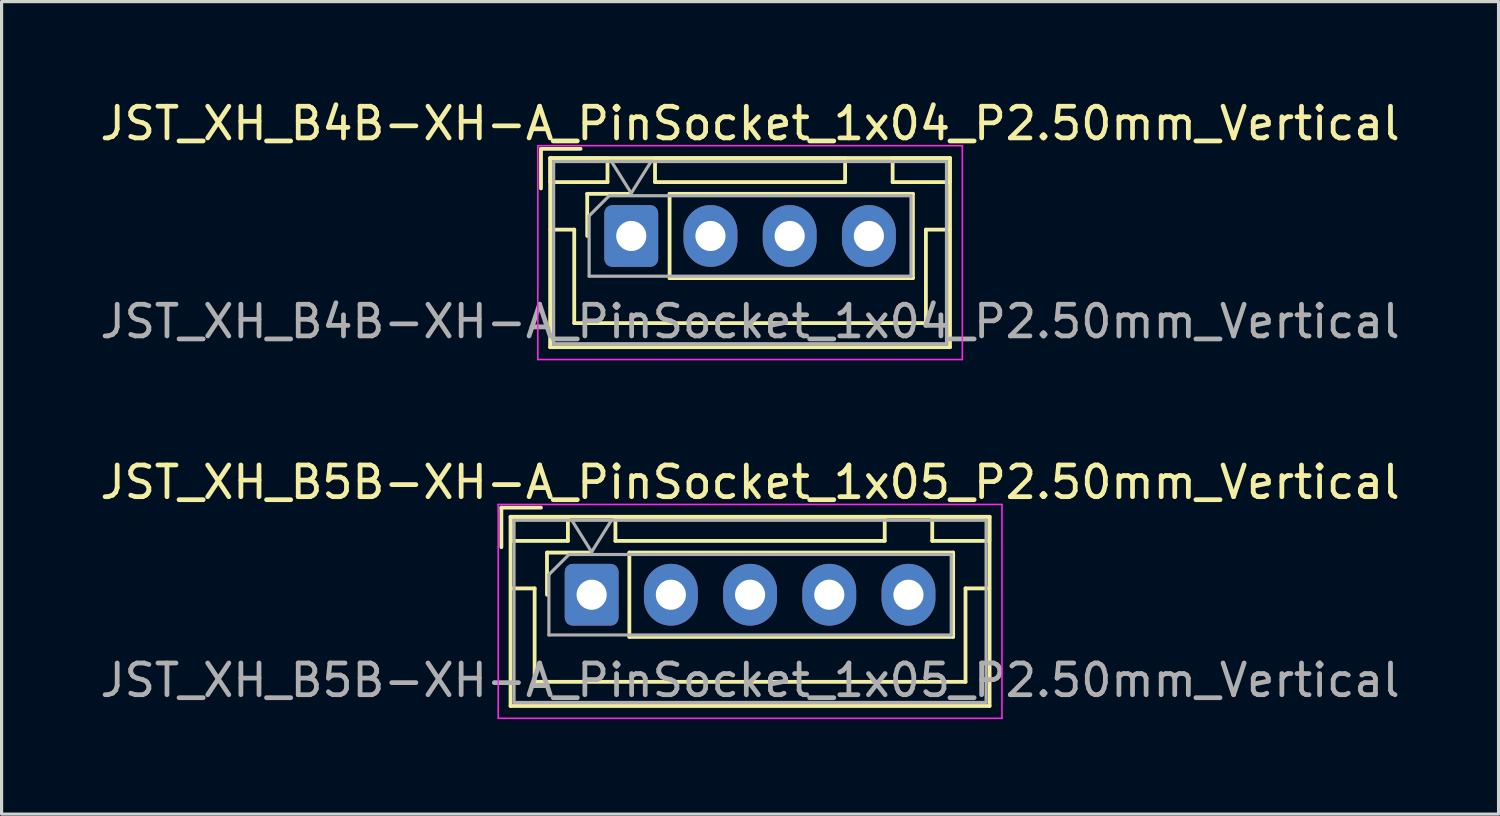
<source format=kicad_pcb>
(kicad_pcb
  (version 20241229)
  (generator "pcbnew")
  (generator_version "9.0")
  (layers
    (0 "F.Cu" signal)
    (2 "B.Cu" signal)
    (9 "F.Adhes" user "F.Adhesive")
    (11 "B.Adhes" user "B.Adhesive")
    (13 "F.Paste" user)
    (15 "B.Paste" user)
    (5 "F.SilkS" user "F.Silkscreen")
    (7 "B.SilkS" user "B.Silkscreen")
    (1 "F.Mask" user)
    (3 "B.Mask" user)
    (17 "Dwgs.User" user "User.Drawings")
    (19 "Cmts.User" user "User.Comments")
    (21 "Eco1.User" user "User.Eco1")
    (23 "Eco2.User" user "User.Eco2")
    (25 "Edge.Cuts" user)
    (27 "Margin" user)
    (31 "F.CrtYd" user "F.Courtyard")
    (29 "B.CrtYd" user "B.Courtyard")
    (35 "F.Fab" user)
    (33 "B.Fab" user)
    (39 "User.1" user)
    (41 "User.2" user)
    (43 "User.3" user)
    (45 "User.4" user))
  (footprint "JST_XH_B5B-XH-A_PinSocket_1x05_P2.50mm_Vertical"
    (layer "F.Cu")
    (at 15.625 15.722)
    (property "Reference" "JST_XH_B5B-XH-A_PinSocket_1x05_P2.50mm_Vertical" (at 5 -3.55 0) (layer "F.SilkS") (effects (font (size 1 1) (thickness 0.15))))
    (attr through_hole)
    (fp_line (start -2.85 -2.75) (end -2.85 -1.5) (stroke (width 0.12) (type solid)) (layer "F.SilkS"))
    (fp_line (start -2.56 -2.46) (end -2.56 3.51) (stroke (width 0.12) (type solid)) (layer "F.SilkS"))
    (fp_line (start -2.56 3.51) (end 12.56 3.51) (stroke (width 0.12) (type solid)) (layer "F.SilkS"))
    (fp_line (start -2.55 -2.45) (end -2.55 -1.7) (stroke (width 0.12) (type solid)) (layer "F.SilkS"))
    (fp_line (start -2.55 -1.7) (end -0.75 -1.7) (stroke (width 0.12) (type solid)) (layer "F.SilkS"))
    (fp_line (start -2.55 -0.2) (end -1.8 -0.2) (stroke (width 0.12) (type solid)) (layer "F.SilkS"))
    (fp_line (start -1.8 -0.2) (end -1.8 2.75) (stroke (width 0.12) (type solid)) (layer "F.SilkS"))
    (fp_line (start -1.8 2.75) (end 5 2.75) (stroke (width 0.12) (type solid)) (layer "F.SilkS"))
    (fp_line (start -1.6 -2.75) (end -2.85 -2.75) (stroke (width 0.12) (type solid)) (layer "F.SilkS"))
    (fp_line (start -1.41 -1.33) (end -0.08 -1.33) (stroke (width 0.12) (type solid)) (layer "F.SilkS"))
    (fp_line (start -1.41 0) (end -1.41 -1.33) (stroke (width 0.12) (type solid)) (layer "F.SilkS"))
    (fp_line (start -0.75 -2.45) (end -2.55 -2.45) (stroke (width 0.12) (type solid)) (layer "F.SilkS"))
    (fp_line (start -0.75 -1.7) (end -0.75 -2.45) (stroke (width 0.12) (type solid)) (layer "F.SilkS"))
    (fp_line (start 0.75 -2.45) (end 0.75 -1.7) (stroke (width 0.12) (type solid)) (layer "F.SilkS"))
    (fp_line (start 0.75 -1.7) (end 9.25 -1.7) (stroke (width 0.12) (type solid)) (layer "F.SilkS"))
    (fp_line (start 1.19 -1.33) (end 11.41 -1.33) (stroke (width 0.12) (type solid)) (layer "F.SilkS"))
    (fp_line (start 1.19 1.33) (end 1.19 -1.33) (stroke (width 0.12) (type solid)) (layer "F.SilkS"))
    (fp_line (start 1.19 1.33) (end 11.41 1.33) (stroke (width 0.12) (type solid)) (layer "F.SilkS"))
    (fp_line (start 9.25 -2.45) (end 0.75 -2.45) (stroke (width 0.12) (type solid)) (layer "F.SilkS"))
    (fp_line (start 9.25 -1.7) (end 9.25 -2.45) (stroke (width 0.12) (type solid)) (layer "F.SilkS"))
    (fp_line (start 10.75 -2.45) (end 10.75 -1.7) (stroke (width 0.12) (type solid)) (layer "F.SilkS"))
    (fp_line (start 10.75 -1.7) (end 12.55 -1.7) (stroke (width 0.12) (type solid)) (layer "F.SilkS"))
    (fp_line (start 11.41 1.33) (end 11.41 -1.33) (stroke (width 0.12) (type solid)) (layer "F.SilkS"))
    (fp_line (start 11.8 -0.2) (end 11.8 2.75) (stroke (width 0.12) (type solid)) (layer "F.SilkS"))
    (fp_line (start 11.8 2.75) (end 5 2.75) (stroke (width 0.12) (type solid)) (layer "F.SilkS"))
    (fp_line (start 12.55 -2.45) (end 10.75 -2.45) (stroke (width 0.12) (type solid)) (layer "F.SilkS"))
    (fp_line (start 12.55 -1.7) (end 12.55 -2.45) (stroke (width 0.12) (type solid)) (layer "F.SilkS"))
    (fp_line (start 12.55 -0.2) (end 11.8 -0.2) (stroke (width 0.12) (type solid)) (layer "F.SilkS"))
    (fp_line (start 12.56 -2.46) (end -2.56 -2.46) (stroke (width 0.12) (type solid)) (layer "F.SilkS"))
    (fp_line (start 12.56 3.51) (end 12.56 -2.46) (stroke (width 0.12) (type solid)) (layer "F.SilkS"))
    (fp_line (start -2.95 -2.85) (end -2.95 3.9) (stroke (width 0.05) (type solid)) (layer "F.CrtYd"))
    (fp_line (start -2.95 3.9) (end 12.95 3.9) (stroke (width 0.05) (type solid)) (layer "F.CrtYd"))
    (fp_line (start 12.95 -2.85) (end -2.95 -2.85) (stroke (width 0.05) (type solid)) (layer "F.CrtYd"))
    (fp_line (start 12.95 3.9) (end 12.95 -2.85) (stroke (width 0.05) (type solid)) (layer "F.CrtYd"))
    (fp_line (start -2.45 -2.35) (end -2.45 3.4) (stroke (width 0.1) (type solid)) (layer "F.Fab"))
    (fp_line (start -2.45 3.4) (end 12.45 3.4) (stroke (width 0.1) (type solid)) (layer "F.Fab"))
    (fp_line (start -1.35 -0.635) (end -0.715 -1.27) (stroke (width 0.1) (type solid)) (layer "F.Fab"))
    (fp_line (start -1.35 1.27) (end -1.35 -0.635) (stroke (width 0.1) (type solid)) (layer "F.Fab"))
    (fp_line (start -0.715 -1.27) (end 11.35 -1.27) (stroke (width 0.1) (type solid)) (layer "F.Fab"))
    (fp_line (start -0.625 -2.35) (end 0 -1.35) (stroke (width 0.1) (type solid)) (layer "F.Fab"))
    (fp_line (start 0 -1.35) (end 0.625 -2.35) (stroke (width 0.1) (type solid)) (layer "F.Fab"))
    (fp_line (start 11.35 -1.27) (end 11.35 1.27) (stroke (width 0.1) (type solid)) (layer "F.Fab"))
    (fp_line (start 11.35 1.27) (end -1.35 1.27) (stroke (width 0.1) (type solid)) (layer "F.Fab"))
    (fp_line (start 12.45 -2.35) (end -2.45 -2.35) (stroke (width 0.1) (type solid)) (layer "F.Fab"))
    (fp_line (start 12.45 3.4) (end 12.45 -2.35) (stroke (width 0.1) (type solid)) (layer "F.Fab"))
    (fp_text user "${REFERENCE}" (at 5 2.7 0) (layer "F.Fab") (effects (font (size 1 1) (thickness 0.15))))
    (pad "1" thru_hole roundrect (at 0 0) (size 1.7 1.95) (drill 0.95) (layers "*.Cu" "*.Mask") (roundrect_rratio 0.147))
    (pad "2" thru_hole oval (at 2.5 0) (size 1.7 1.95) (drill 0.95) (layers "*.Cu" "*.Mask"))
    (pad "3" thru_hole oval (at 5 0) (size 1.7 1.95) (drill 0.95) (layers "*.Cu" "*.Mask"))
    (pad "4" thru_hole oval (at 7.5 0) (size 1.7 1.95) (drill 0.95) (layers "*.Cu" "*.Mask"))
    (pad "5" thru_hole oval (at 10 0) (size 1.7 1.95) (drill 0.95) (layers "*.Cu" "*.Mask")))
  (footprint "JST_XH_B4B-XH-A_PinSocket_1x04_P2.50mm_Vertical"
    (layer "F.Cu")
    (at 16.875 4.398)
    (property "Reference" "JST_XH_B4B-XH-A_PinSocket_1x04_P2.50mm_Vertical" (at 3.75 -3.55 0) (layer "F.SilkS") (effects (font (size 1 1) (thickness 0.15))))
    (attr through_hole)
    (fp_line (start -2.85 -2.75) (end -2.85 -1.5) (stroke (width 0.12) (type solid)) (layer "F.SilkS"))
    (fp_line (start -2.56 -2.46) (end -2.56 3.51) (stroke (width 0.12) (type solid)) (layer "F.SilkS"))
    (fp_line (start -2.56 3.51) (end 10.06 3.51) (stroke (width 0.12) (type solid)) (layer "F.SilkS"))
    (fp_line (start -2.55 -2.45) (end -2.55 -1.7) (stroke (width 0.12) (type solid)) (layer "F.SilkS"))
    (fp_line (start -2.55 -1.7) (end -0.75 -1.7) (stroke (width 0.12) (type solid)) (layer "F.SilkS"))
    (fp_line (start -2.55 -0.2) (end -1.8 -0.2) (stroke (width 0.12) (type solid)) (layer "F.SilkS"))
    (fp_line (start -1.8 -0.2) (end -1.8 2.75) (stroke (width 0.12) (type solid)) (layer "F.SilkS"))
    (fp_line (start -1.8 2.75) (end 3.75 2.75) (stroke (width 0.12) (type solid)) (layer "F.SilkS"))
    (fp_line (start -1.6 -2.75) (end -2.85 -2.75) (stroke (width 0.12) (type solid)) (layer "F.SilkS"))
    (fp_line (start -1.39 -1.33) (end -0.06 -1.33) (stroke (width 0.12) (type solid)) (layer "F.SilkS"))
    (fp_line (start -1.39 0) (end -1.39 -1.33) (stroke (width 0.12) (type solid)) (layer "F.SilkS"))
    (fp_line (start -0.75 -2.45) (end -2.55 -2.45) (stroke (width 0.12) (type solid)) (layer "F.SilkS"))
    (fp_line (start -0.75 -1.7) (end -0.75 -2.45) (stroke (width 0.12) (type solid)) (layer "F.SilkS"))
    (fp_line (start 0.75 -2.45) (end 0.75 -1.7) (stroke (width 0.12) (type solid)) (layer "F.SilkS"))
    (fp_line (start 0.75 -1.7) (end 6.75 -1.7) (stroke (width 0.12) (type solid)) (layer "F.SilkS"))
    (fp_line (start 1.21 -1.33) (end 8.89 -1.33) (stroke (width 0.12) (type solid)) (layer "F.SilkS"))
    (fp_line (start 1.21 1.33) (end 1.21 -1.33) (stroke (width 0.12) (type solid)) (layer "F.SilkS"))
    (fp_line (start 1.21 1.33) (end 8.89 1.33) (stroke (width 0.12) (type solid)) (layer "F.SilkS"))
    (fp_line (start 6.75 -2.45) (end 0.75 -2.45) (stroke (width 0.12) (type solid)) (layer "F.SilkS"))
    (fp_line (start 6.75 -1.7) (end 6.75 -2.45) (stroke (width 0.12) (type solid)) (layer "F.SilkS"))
    (fp_line (start 8.25 -2.45) (end 8.25 -1.7) (stroke (width 0.12) (type solid)) (layer "F.SilkS"))
    (fp_line (start 8.25 -1.7) (end 10.05 -1.7) (stroke (width 0.12) (type solid)) (layer "F.SilkS"))
    (fp_line (start 8.89 1.33) (end 8.89 -1.33) (stroke (width 0.12) (type solid)) (layer "F.SilkS"))
    (fp_line (start 9.3 -0.2) (end 9.3 2.75) (stroke (width 0.12) (type solid)) (layer "F.SilkS"))
    (fp_line (start 9.3 2.75) (end 3.75 2.75) (stroke (width 0.12) (type solid)) (layer "F.SilkS"))
    (fp_line (start 10.05 -2.45) (end 8.25 -2.45) (stroke (width 0.12) (type solid)) (layer "F.SilkS"))
    (fp_line (start 10.05 -1.7) (end 10.05 -2.45) (stroke (width 0.12) (type solid)) (layer "F.SilkS"))
    (fp_line (start 10.05 -0.2) (end 9.3 -0.2) (stroke (width 0.12) (type solid)) (layer "F.SilkS"))
    (fp_line (start 10.06 -2.46) (end -2.56 -2.46) (stroke (width 0.12) (type solid)) (layer "F.SilkS"))
    (fp_line (start 10.06 3.51) (end 10.06 -2.46) (stroke (width 0.12) (type solid)) (layer "F.SilkS"))
    (fp_line (start -2.95 -2.85) (end -2.95 3.9) (stroke (width 0.05) (type solid)) (layer "F.CrtYd"))
    (fp_line (start -2.95 3.9) (end 10.45 3.9) (stroke (width 0.05) (type solid)) (layer "F.CrtYd"))
    (fp_line (start 10.45 -2.85) (end -2.95 -2.85) (stroke (width 0.05) (type solid)) (layer "F.CrtYd"))
    (fp_line (start 10.45 3.9) (end 10.45 -2.85) (stroke (width 0.05) (type solid)) (layer "F.CrtYd"))
    (fp_line (start -2.45 -2.35) (end -2.45 3.4) (stroke (width 0.1) (type solid)) (layer "F.Fab"))
    (fp_line (start -2.45 3.4) (end 9.95 3.4) (stroke (width 0.1) (type solid)) (layer "F.Fab"))
    (fp_line (start -1.33 -0.635) (end -0.695 -1.27) (stroke (width 0.1) (type solid)) (layer "F.Fab"))
    (fp_line (start -1.33 1.27) (end -1.33 -0.635) (stroke (width 0.1) (type solid)) (layer "F.Fab"))
    (fp_line (start -0.695 -1.27) (end 8.83 -1.27) (stroke (width 0.1) (type solid)) (layer "F.Fab"))
    (fp_line (start -0.625 -2.35) (end 0 -1.35) (stroke (width 0.1) (type solid)) (layer "F.Fab"))
    (fp_line (start 0 -1.35) (end 0.625 -2.35) (stroke (width 0.1) (type solid)) (layer "F.Fab"))
    (fp_line (start 8.83 -1.27) (end 8.83 1.27) (stroke (width 0.1) (type solid)) (layer "F.Fab"))
    (fp_line (start 8.83 1.27) (end -1.33 1.27) (stroke (width 0.1) (type solid)) (layer "F.Fab"))
    (fp_line (start 9.95 -2.35) (end -2.45 -2.35) (stroke (width 0.1) (type solid)) (layer "F.Fab"))
    (fp_line (start 9.95 3.4) (end 9.95 -2.35) (stroke (width 0.1) (type solid)) (layer "F.Fab"))
    (fp_text user "${REFERENCE}" (at 3.75 2.7 0) (layer "F.Fab") (effects (font (size 1 1) (thickness 0.15))))
    (pad "1" thru_hole roundrect (at 0 0) (size 1.7 1.95) (drill 0.95) (layers "*.Cu" "*.Mask") (roundrect_rratio 0.147))
    (pad "2" thru_hole oval (at 2.5 0) (size 1.7 1.95) (drill 0.95) (layers "*.Cu" "*.Mask"))
    (pad "3" thru_hole oval (at 5 0) (size 1.7 1.95) (drill 0.95) (layers "*.Cu" "*.Mask"))
    (pad "4" thru_hole oval (at 7.5 0) (size 1.7 1.95) (drill 0.95) (layers "*.Cu" "*.Mask")))
  (gr_rect
    (start -3 -3)
    (end 44.25 22.646)
    (stroke (width 0.1) (type default))
    (fill no)
    (layer "Edge.Cuts")))
</source>
